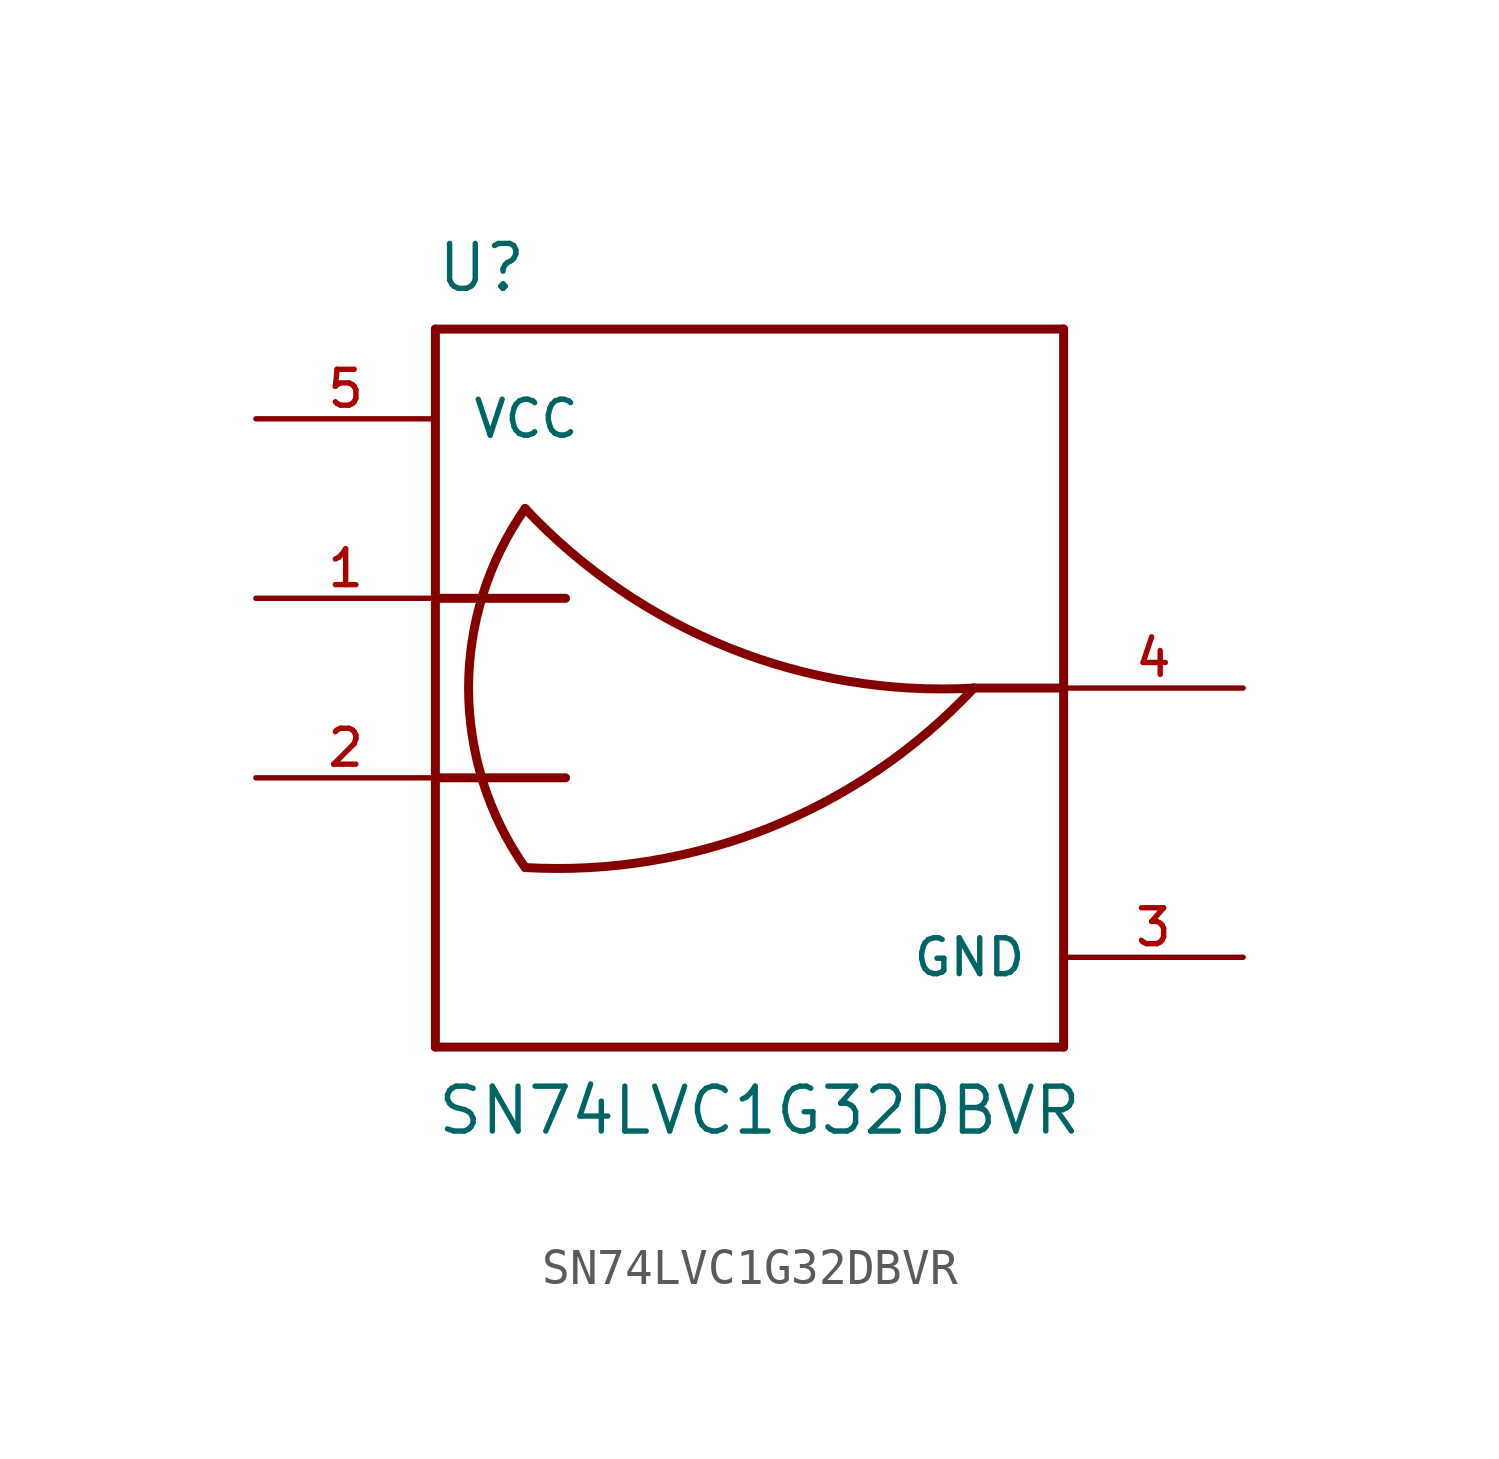
<source format=kicad_sym>
(kicad_symbol_lib
  (version 20211014)
  (generator kicad_symbol_editor)
  (symbol "SN74LVC1G32DBVR"
    (pin_names
      (offset 1.016))
    (property "Reference" "U"
      (at -7.62 11.151 0)
      (effects (font (size 1.27 1.27)) (justify left bottom)))
    (property "Value" "SN74LVC1G32DBVR"
      (at -7.62 -12.7 0)
      (effects (font (size 1.27 1.27)) (justify left bottom)))
    (property "ki_locked" ""
      (at 0 0 0)
      (effects (font (size 1.27 1.27))))
    (symbol "SN74LVC1G32DBVR_0_0"
      (arc (start -5.08 -5.08) (mid 1.8357 -3.9518) (end 7.62 0) (stroke (width 0.254) (type default) (color 0 0 0 0)) (fill (type none)))
      (arc (start -5.08 5.08) (mid -21.2088 0) (end -5.08 -5.08) (stroke (width 0.254) (type default) (color 0 0 0 0)) (fill (type none)))
      (arc (start -5.08 5.08) (mid -10.1669 -26.1006) (end 7.62 0) (stroke (width 0.254) (type default) (color 0 0 0 0)) (fill (type none)))
      (polyline (pts (xy -7.62 -10.16) (xy -7.62 2.54)) (stroke (width 0.254) (type default) (color 0 0 0 0)) (fill (type none)))
      (polyline (pts (xy -7.62 -2.54) (xy -3.937 -2.54)) (stroke (width 0.254) (type default) (color 0 0 0 0)) (fill (type none)))
      (polyline (pts (xy -7.62 2.54) (xy -7.62 10.16)) (stroke (width 0.254) (type default) (color 0 0 0 0)) (fill (type none)))
      (polyline (pts (xy -7.62 2.54) (xy -3.937 2.54)) (stroke (width 0.254) (type default) (color 0 0 0 0)) (fill (type none)))
      (polyline (pts (xy -7.62 10.16) (xy 10.16 10.16)) (stroke (width 0.254) (type default) (color 0 0 0 0)) (fill (type none)))
      (polyline (pts (xy 7.62 0) (xy 10.16 0)) (stroke (width 0.254) (type default) (color 0 0 0 0)) (fill (type none)))
      (polyline (pts (xy 10.16 -10.16) (xy -7.62 -10.16)) (stroke (width 0.254) (type default) (color 0 0 0 0)) (fill (type none)))
      (polyline (pts (xy 10.16 0) (xy 10.16 -10.16)) (stroke (width 0.254) (type default) (color 0 0 0 0)) (fill (type none)))
      (polyline (pts (xy 10.16 10.16) (xy 10.16 0)) (stroke (width 0.254) (type default) (color 0 0 0 0)) (fill (type none)))
      (pin input line (at -12.7 2.54 0) (length 5.08) (name "~" (effects (font (size 1.016 1.016)))) (number "1" (effects (font (size 1.016 1.016)))))
      (pin input line (at -12.7 -2.54 0) (length 5.08) (name "~" (effects (font (size 1.016 1.016)))) (number "2" (effects (font (size 1.016 1.016)))))
      (pin power_in line (at 15.24 -7.62 180) (length 5.08) (name "GND" (effects (font (size 1.016 1.016)))) (number "3" (effects (font (size 1.016 1.016)))))
      (pin output line (at 15.24 0 180) (length 5.08) (name "~" (effects (font (size 1.016 1.016)))) (number "4" (effects (font (size 1.016 1.016)))))
      (pin power_in line (at -12.7 7.62 0) (length 5.08) (name "VCC" (effects (font (size 1.016 1.016)))) (number "5" (effects (font (size 1.016 1.016))))))))
</source>
